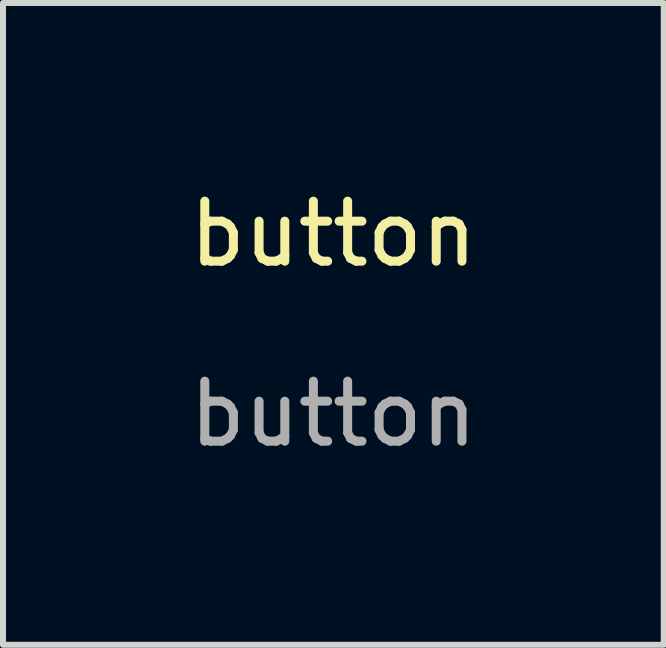
<source format=kicad_pcb>
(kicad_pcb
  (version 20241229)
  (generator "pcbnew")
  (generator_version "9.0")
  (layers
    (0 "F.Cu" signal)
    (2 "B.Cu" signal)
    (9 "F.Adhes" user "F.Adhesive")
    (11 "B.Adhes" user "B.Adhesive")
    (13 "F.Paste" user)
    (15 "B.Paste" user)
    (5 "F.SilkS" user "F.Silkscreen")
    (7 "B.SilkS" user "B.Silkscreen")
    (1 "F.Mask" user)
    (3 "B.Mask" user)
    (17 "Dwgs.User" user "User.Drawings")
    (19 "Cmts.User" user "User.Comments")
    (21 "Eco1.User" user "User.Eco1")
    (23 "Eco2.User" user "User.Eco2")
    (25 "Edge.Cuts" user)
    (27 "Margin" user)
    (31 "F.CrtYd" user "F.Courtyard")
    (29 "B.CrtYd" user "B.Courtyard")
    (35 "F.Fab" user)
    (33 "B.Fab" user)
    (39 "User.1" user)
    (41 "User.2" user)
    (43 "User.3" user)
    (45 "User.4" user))
  (footprint "button"
    (layer "F.Cu")
    (at 2.506 1.348)
    (property "Reference" "button" (at 0 -0.5 0) (unlocked yes) (layer "F.SilkS") (effects (font (size 1 1) (thickness 0.15))))
    (attr smd)
    (fp_text user "${REFERENCE}" (at 0 2.5 0) (unlocked yes) (layer "F.Fab") (effects (font (size 1 1) (thickness 0.15)))))
  (gr_rect
    (start -3 -3)
    (end 8.012 7.697)
    (stroke (width 0.1) (type default))
    (fill no)
    (layer "Edge.Cuts")))
</source>
